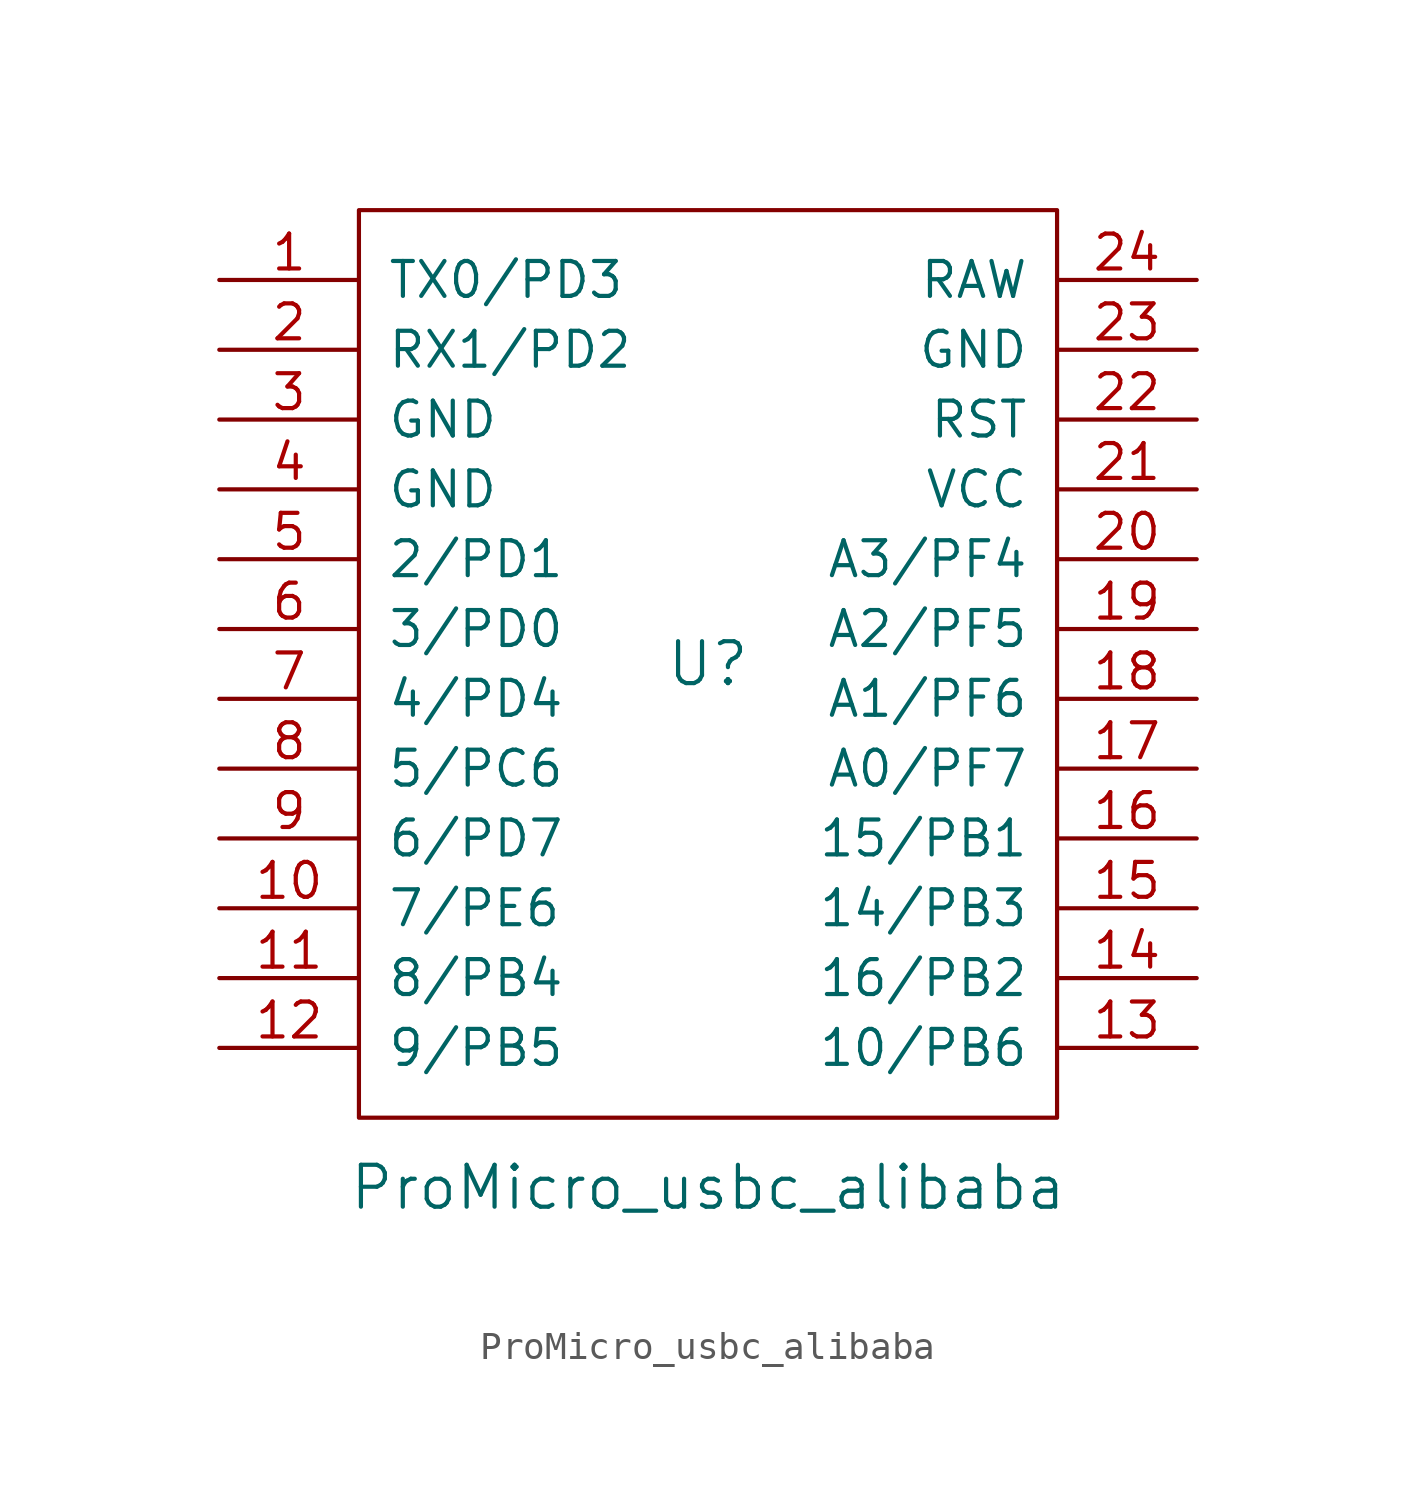
<source format=kicad_sym>
(kicad_symbol_lib
  (version 20211014)
  (generator kicad_symbol_editor)
  (symbol "ProMicro_usbc_alibaba"
    (pin_names
      (offset 1.016))
    (property "Reference" "U"
      (at 0 0 0)
      (effects (font (size 1.524 1.524))))
    (property "Value" "ProMicro_usbc_alibaba"
      (at 0 -19.05 0)
      (effects (font (size 1.524 1.524))))
    (symbol "ProMicro_usbc_alibaba_0_1"
      (rectangle (start -12.7 -16.51) (end 12.7 16.51) (stroke (width 0) (type default) (color 0 0 0 0)) (fill (type none))))
    (symbol "ProMicro_usbc_alibaba_1_1"
      (pin input line (at -17.78 13.97 0) (length 5.08) (name "TX0/PD3" (effects (font (size 1.27 1.27)))) (number "1" (effects (font (size 1.27 1.27)))))
      (pin input line (at -17.78 -8.89 0) (length 5.08) (name "7/PE6" (effects (font (size 1.27 1.27)))) (number "10" (effects (font (size 1.27 1.27)))))
      (pin input line (at -17.78 -11.43 0) (length 5.08) (name "8/PB4" (effects (font (size 1.27 1.27)))) (number "11" (effects (font (size 1.27 1.27)))))
      (pin input line (at -17.78 -13.97 0) (length 5.08) (name "9/PB5" (effects (font (size 1.27 1.27)))) (number "12" (effects (font (size 1.27 1.27)))))
      (pin input line (at 17.78 -13.97 180) (length 5.08) (name "10/PB6" (effects (font (size 1.27 1.27)))) (number "13" (effects (font (size 1.27 1.27)))))
      (pin input line (at 17.78 -11.43 180) (length 5.08) (name "16/PB2" (effects (font (size 1.27 1.27)))) (number "14" (effects (font (size 1.27 1.27)))))
      (pin input line (at 17.78 -8.89 180) (length 5.08) (name "14/PB3" (effects (font (size 1.27 1.27)))) (number "15" (effects (font (size 1.27 1.27)))))
      (pin input line (at 17.78 -6.35 180) (length 5.08) (name "15/PB1" (effects (font (size 1.27 1.27)))) (number "16" (effects (font (size 1.27 1.27)))))
      (pin input line (at 17.78 -3.81 180) (length 5.08) (name "A0/PF7" (effects (font (size 1.27 1.27)))) (number "17" (effects (font (size 1.27 1.27)))))
      (pin input line (at 17.78 -1.27 180) (length 5.08) (name "A1/PF6" (effects (font (size 1.27 1.27)))) (number "18" (effects (font (size 1.27 1.27)))))
      (pin input line (at 17.78 1.27 180) (length 5.08) (name "A2/PF5" (effects (font (size 1.27 1.27)))) (number "19" (effects (font (size 1.27 1.27)))))
      (pin input line (at -17.78 11.43 0) (length 5.08) (name "RX1/PD2" (effects (font (size 1.27 1.27)))) (number "2" (effects (font (size 1.27 1.27)))))
      (pin input line (at 17.78 3.81 180) (length 5.08) (name "A3/PF4" (effects (font (size 1.27 1.27)))) (number "20" (effects (font (size 1.27 1.27)))))
      (pin input line (at 17.78 6.35 180) (length 5.08) (name "VCC" (effects (font (size 1.27 1.27)))) (number "21" (effects (font (size 1.27 1.27)))))
      (pin input line (at 17.78 8.89 180) (length 5.08) (name "RST" (effects (font (size 1.27 1.27)))) (number "22" (effects (font (size 1.27 1.27)))))
      (pin input line (at 17.78 11.43 180) (length 5.08) (name "GND" (effects (font (size 1.27 1.27)))) (number "23" (effects (font (size 1.27 1.27)))))
      (pin input line (at 17.78 13.97 180) (length 5.08) (name "RAW" (effects (font (size 1.27 1.27)))) (number "24" (effects (font (size 1.27 1.27)))))
      (pin input line (at -17.78 8.89 0) (length 5.08) (name "GND" (effects (font (size 1.27 1.27)))) (number "3" (effects (font (size 1.27 1.27)))))
      (pin input line (at -17.78 6.35 0) (length 5.08) (name "GND" (effects (font (size 1.27 1.27)))) (number "4" (effects (font (size 1.27 1.27)))))
      (pin input line (at -17.78 3.81 0) (length 5.08) (name "2/PD1" (effects (font (size 1.27 1.27)))) (number "5" (effects (font (size 1.27 1.27)))))
      (pin input line (at -17.78 1.27 0) (length 5.08) (name "3/PD0" (effects (font (size 1.27 1.27)))) (number "6" (effects (font (size 1.27 1.27)))))
      (pin input line (at -17.78 -1.27 0) (length 5.08) (name "4/PD4" (effects (font (size 1.27 1.27)))) (number "7" (effects (font (size 1.27 1.27)))))
      (pin input line (at -17.78 -3.81 0) (length 5.08) (name "5/PC6" (effects (font (size 1.27 1.27)))) (number "8" (effects (font (size 1.27 1.27)))))
      (pin input line (at -17.78 -6.35 0) (length 5.08) (name "6/PD7" (effects (font (size 1.27 1.27)))) (number "9" (effects (font (size 1.27 1.27))))))))
</source>
